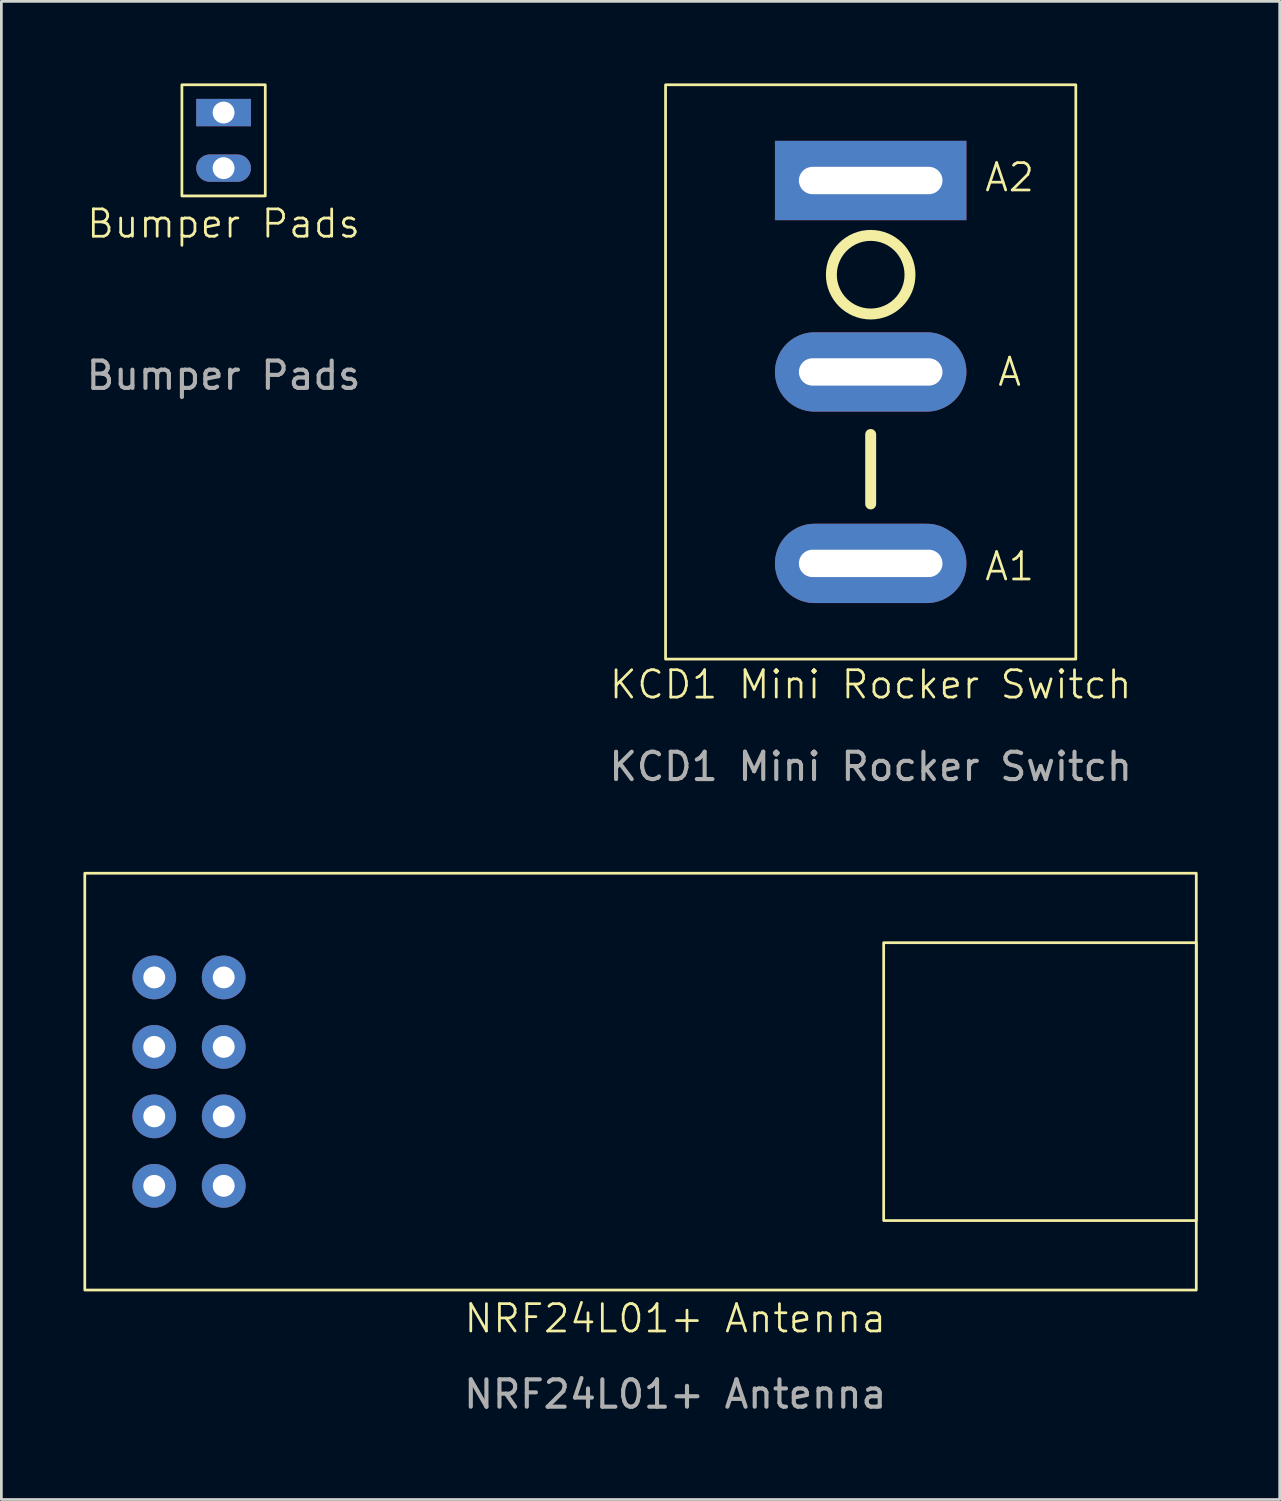
<source format=kicad_pcb>
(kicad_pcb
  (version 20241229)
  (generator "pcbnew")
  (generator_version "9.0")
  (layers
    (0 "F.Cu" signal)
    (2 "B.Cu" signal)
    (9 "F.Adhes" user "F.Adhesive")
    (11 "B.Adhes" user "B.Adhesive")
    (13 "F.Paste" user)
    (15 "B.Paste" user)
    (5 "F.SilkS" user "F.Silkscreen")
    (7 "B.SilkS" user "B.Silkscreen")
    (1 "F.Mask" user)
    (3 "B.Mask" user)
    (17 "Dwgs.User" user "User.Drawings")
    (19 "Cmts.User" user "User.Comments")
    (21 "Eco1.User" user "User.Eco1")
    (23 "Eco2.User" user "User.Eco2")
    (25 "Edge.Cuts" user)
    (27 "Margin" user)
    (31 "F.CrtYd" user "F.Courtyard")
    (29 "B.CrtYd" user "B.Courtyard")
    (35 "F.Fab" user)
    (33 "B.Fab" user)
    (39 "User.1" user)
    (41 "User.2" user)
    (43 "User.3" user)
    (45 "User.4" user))
  (footprint "NRF24L01+ Antenna"
    (layer "F.Cu")
    (at 2.59 32.688)
    (property "Reference" "NRF24L01+ Antenna" (at 19.05 12.47 0) (unlocked yes) (layer "F.SilkS") (effects (font (size 1 1) (thickness 0.1))))
    (attr through_hole)
    (fp_rect (start -2.54 -3.81) (end 38.1 11.43) (stroke (width 0.1) (type solid)) (fill no) (layer "F.SilkS"))
    (fp_rect (start 26.67 -1.27) (end 38.1 8.89) (stroke (width 0.1) (type default)) (fill no) (layer "F.SilkS"))
    (fp_text user "Antenna" (at 29.845 4.445 0) (unlocked yes) (layer "Eco1.User") (effects (font (size 1 1) (thickness 0.15)) (justify left bottom)))
    (fp_text user "${REFERENCE}" (at 19.05 15.24 0) (unlocked yes) (layer "F.Fab") (effects (font (size 1 1) (thickness 0.15))))
    (pad "1" thru_hole circle (at 2.54 0) (size 1.6 1.6) (drill 0.8) (layers "*.Cu" "*.Mask"))
    (pad "2" thru_hole circle (at 2.54 2.54) (size 1.6 1.6) (drill 0.8) (layers "*.Cu" "*.Mask"))
    (pad "3" thru_hole circle (at 2.54 5.08) (size 1.6 1.6) (drill 0.8) (layers "*.Cu" "*.Mask"))
    (pad "4" thru_hole circle (at 2.54 7.62) (size 1.6 1.6) (drill 0.8) (layers "*.Cu" "*.Mask"))
    (pad "5" thru_hole circle (at 0 7.62) (size 1.6 1.6) (drill 0.8) (layers "*.Cu" "*.Mask"))
    (pad "6" thru_hole circle (at 0 5.08) (size 1.6 1.6) (drill 0.8) (layers "*.Cu" "*.Mask"))
    (pad "7" thru_hole circle (at 0 2.54) (size 1.6 1.6) (drill 0.8) (layers "*.Cu" "*.Mask"))
    (pad "8" thru_hole circle (at 0 0) (size 1.6 1.6) (drill 0.8) (layers "*.Cu" "*.Mask")))
  (footprint "KCD1 Mini Rocker Switch"
    (layer "F.Cu")
    (at 28.785 10.55)
    (property "Reference" "KCD1 Mini Rocker Switch" (at 0 11.43 0) (unlocked yes) (layer "F.SilkS") (effects (font (size 1 1) (thickness 0.1))))
    (attr through_hole)
    (fp_line (start 0 2.286) (end 0 4.826) (stroke (width 0.4) (type default)) (layer "F.SilkS"))
    (fp_rect (start -7.5 -10.5) (end 7.5 10.5) (stroke (width 0.1) (type default)) (fill no) (layer "F.SilkS"))
    (fp_circle (center 0 -3.556) (end 1.437 -3.556) (stroke (width 0.4) (type default)) (fill no) (layer "F.SilkS"))
    (fp_text user "A" (at 5.08 0 0) (unlocked yes) (layer "F.SilkS") (effects (font (size 1 1) (thickness 0.1))))
    (fp_text user "A2" (at 5.08 -7.112 0) (unlocked yes) (layer "F.SilkS") (effects (font (size 1 1) (thickness 0.1))))
    (fp_text user "A1" (at 5.08 7.112 0) (unlocked yes) (layer "F.SilkS") (effects (font (size 1 1) (thickness 0.1))))
    (fp_text user "${REFERENCE}" (at 0 14.43 0) (unlocked yes) (layer "F.Fab") (effects (font (size 1 1) (thickness 0.15))))
    (pad "1" thru_hole rect (at 0 -7) (size 7 2.9) (drill oval 5.25 1) (layers "*.Cu" "*.Mask"))
    (pad "2" thru_hole oval (at 0 0) (size 7 2.9) (drill oval 5.25 1) (layers "*.Cu" "*.Mask"))
    (pad "3" thru_hole oval (at 0 7) (size 7 2.9) (drill oval 5.25 1) (layers "*.Cu" "*.Mask")))
  (footprint "Bumper Pads"
    (layer "F.Cu")
    (at 5.125 8.178)
    (property "Reference" "Bumper Pads" (at 0 -3.048 0) (unlocked yes) (layer "F.SilkS") (effects (font (size 1 1) (thickness 0.1))))
    (attr through_hole)
    (fp_rect (start -1.524 -8.128) (end 1.524 -4.064) (stroke (width 0.1) (type default)) (fill no) (layer "F.SilkS"))
    (fp_text user "${REFERENCE}" (at 0 2.5 0) (unlocked yes) (layer "F.Fab") (effects (font (size 1 1) (thickness 0.15))))
    (dimension (type aligned) (layer "Eco1.User") (pts (xy 5.125 1.066) (xy 5.125 3.098)) (height -4.096) (format (prefix "") (suffix "") (units 3) (units_format 1) (precision 4)) (style (thickness 0.1) (arrow_length 1.27) (text_position_mode 2) (arrow_direction outward) (extension_height 0.586) (extension_offset 0.5) (keep_text_aligned yes)) (gr_text "2.0320 mm" (at 11.729 2.59 90) (layer "Eco1.User") (effects (font (size 1 1) (thickness 0.1)))))
    (pad "1" thru_hole rect (at 0 -7.112) (size 2 1) (drill 0.8) (layers "*.Cu" "*.Mask"))
    (pad "2" thru_hole oval (at 0 -5.08) (size 2 1) (drill 0.8) (layers "*.Cu" "*.Mask")))
  (gr_rect
    (start -3 -3)
    (end 43.74 51.776)
    (stroke (width 0.1) (type default))
    (fill no)
    (layer "Edge.Cuts")))
</source>
